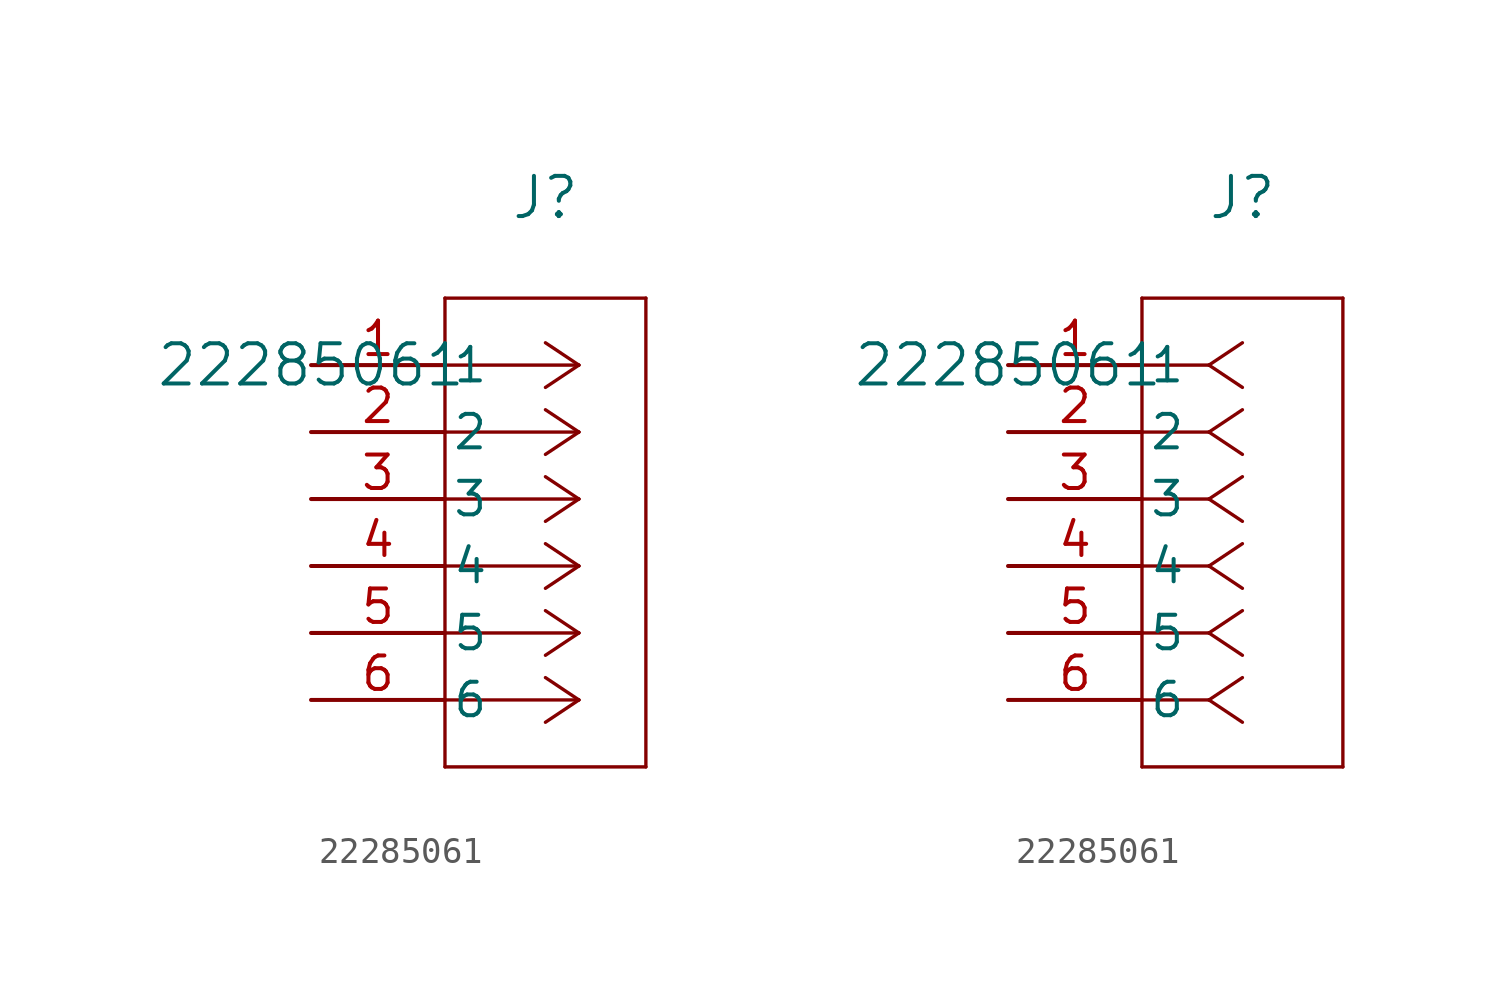
<source format=kicad_sym>
(kicad_symbol_lib
  (version 20211014)
  (generator kicad_symbol_editor)
  (symbol "22285061"
    (pin_names
      (offset 0.254))
    (property "Reference" "J"
      (at 8.89 6.35 0)
      (effects (font (size 1.524 1.524))))
    (property "Value" "22285061"
      (at 0 0 0)
      (effects (font (size 1.524 1.524))))
    (symbol "22285061_1_1"
      (polyline (pts (xy 10.16 0) (xy 5.08 0)) (stroke (width 0.127) (type default) (color 0 0 0 0)) (fill (type none)))
      (polyline (pts (xy 10.16 -2.54) (xy 5.08 -2.54)) (stroke (width 0.127) (type default) (color 0 0 0 0)) (fill (type none)))
      (polyline (pts (xy 10.16 -5.08) (xy 5.08 -5.08)) (stroke (width 0.127) (type default) (color 0 0 0 0)) (fill (type none)))
      (polyline (pts (xy 10.16 -7.62) (xy 5.08 -7.62)) (stroke (width 0.127) (type default) (color 0 0 0 0)) (fill (type none)))
      (polyline (pts (xy 10.16 -10.16) (xy 5.08 -10.16)) (stroke (width 0.127) (type default) (color 0 0 0 0)) (fill (type none)))
      (polyline (pts (xy 10.16 -12.7) (xy 5.08 -12.7)) (stroke (width 0.127) (type default) (color 0 0 0 0)) (fill (type none)))
      (polyline (pts (xy 10.16 0) (xy 8.89 0.847)) (stroke (width 0.127) (type default) (color 0 0 0 0)) (fill (type none)))
      (polyline (pts (xy 10.16 -2.54) (xy 8.89 -1.693)) (stroke (width 0.127) (type default) (color 0 0 0 0)) (fill (type none)))
      (polyline (pts (xy 10.16 -5.08) (xy 8.89 -4.233)) (stroke (width 0.127) (type default) (color 0 0 0 0)) (fill (type none)))
      (polyline (pts (xy 10.16 -7.62) (xy 8.89 -6.773)) (stroke (width 0.127) (type default) (color 0 0 0 0)) (fill (type none)))
      (polyline (pts (xy 10.16 -10.16) (xy 8.89 -9.313)) (stroke (width 0.127) (type default) (color 0 0 0 0)) (fill (type none)))
      (polyline (pts (xy 10.16 -12.7) (xy 8.89 -11.853)) (stroke (width 0.127) (type default) (color 0 0 0 0)) (fill (type none)))
      (polyline (pts (xy 10.16 0) (xy 8.89 -0.847)) (stroke (width 0.127) (type default) (color 0 0 0 0)) (fill (type none)))
      (polyline (pts (xy 10.16 -2.54) (xy 8.89 -3.387)) (stroke (width 0.127) (type default) (color 0 0 0 0)) (fill (type none)))
      (polyline (pts (xy 10.16 -5.08) (xy 8.89 -5.927)) (stroke (width 0.127) (type default) (color 0 0 0 0)) (fill (type none)))
      (polyline (pts (xy 10.16 -7.62) (xy 8.89 -8.467)) (stroke (width 0.127) (type default) (color 0 0 0 0)) (fill (type none)))
      (polyline (pts (xy 10.16 -10.16) (xy 8.89 -11.007)) (stroke (width 0.127) (type default) (color 0 0 0 0)) (fill (type none)))
      (polyline (pts (xy 10.16 -12.7) (xy 8.89 -13.547)) (stroke (width 0.127) (type default) (color 0 0 0 0)) (fill (type none)))
      (polyline (pts (xy 5.08 2.54) (xy 5.08 -15.24)) (stroke (width 0.127) (type default) (color 0 0 0 0)) (fill (type none)))
      (polyline (pts (xy 5.08 -15.24) (xy 12.7 -15.24)) (stroke (width 0.127) (type default) (color 0 0 0 0)) (fill (type none)))
      (polyline (pts (xy 12.7 -15.24) (xy 12.7 2.54)) (stroke (width 0.127) (type default) (color 0 0 0 0)) (fill (type none)))
      (polyline (pts (xy 12.7 2.54) (xy 5.08 2.54)) (stroke (width 0.127) (type default) (color 0 0 0 0)) (fill (type none)))
      (pin unspecified line (at 0 0 0) (length 5.08) (name "1" (effects (font (size 1.27 1.27)))) (number "1" (effects (font (size 1.27 1.27)))))
      (pin unspecified line (at 0 -2.54 0) (length 5.08) (name "2" (effects (font (size 1.27 1.27)))) (number "2" (effects (font (size 1.27 1.27)))))
      (pin unspecified line (at 0 -5.08 0) (length 5.08) (name "3" (effects (font (size 1.27 1.27)))) (number "3" (effects (font (size 1.27 1.27)))))
      (pin unspecified line (at 0 -7.62 0) (length 5.08) (name "4" (effects (font (size 1.27 1.27)))) (number "4" (effects (font (size 1.27 1.27)))))
      (pin unspecified line (at 0 -10.16 0) (length 5.08) (name "5" (effects (font (size 1.27 1.27)))) (number "5" (effects (font (size 1.27 1.27)))))
      (pin unspecified line (at 0 -12.7 0) (length 5.08) (name "6" (effects (font (size 1.27 1.27)))) (number "6" (effects (font (size 1.27 1.27))))))
    (symbol "22285061_1_2"
      (polyline (pts (xy 7.62 0) (xy 5.08 0)) (stroke (width 0.127) (type default) (color 0 0 0 0)) (fill (type none)))
      (polyline (pts (xy 7.62 -2.54) (xy 5.08 -2.54)) (stroke (width 0.127) (type default) (color 0 0 0 0)) (fill (type none)))
      (polyline (pts (xy 7.62 -5.08) (xy 5.08 -5.08)) (stroke (width 0.127) (type default) (color 0 0 0 0)) (fill (type none)))
      (polyline (pts (xy 7.62 -7.62) (xy 5.08 -7.62)) (stroke (width 0.127) (type default) (color 0 0 0 0)) (fill (type none)))
      (polyline (pts (xy 7.62 -10.16) (xy 5.08 -10.16)) (stroke (width 0.127) (type default) (color 0 0 0 0)) (fill (type none)))
      (polyline (pts (xy 7.62 -12.7) (xy 5.08 -12.7)) (stroke (width 0.127) (type default) (color 0 0 0 0)) (fill (type none)))
      (polyline (pts (xy 7.62 0) (xy 8.89 0.847)) (stroke (width 0.127) (type default) (color 0 0 0 0)) (fill (type none)))
      (polyline (pts (xy 7.62 -2.54) (xy 8.89 -1.693)) (stroke (width 0.127) (type default) (color 0 0 0 0)) (fill (type none)))
      (polyline (pts (xy 7.62 -5.08) (xy 8.89 -4.233)) (stroke (width 0.127) (type default) (color 0 0 0 0)) (fill (type none)))
      (polyline (pts (xy 7.62 -7.62) (xy 8.89 -6.773)) (stroke (width 0.127) (type default) (color 0 0 0 0)) (fill (type none)))
      (polyline (pts (xy 7.62 -10.16) (xy 8.89 -9.313)) (stroke (width 0.127) (type default) (color 0 0 0 0)) (fill (type none)))
      (polyline (pts (xy 7.62 -12.7) (xy 8.89 -11.853)) (stroke (width 0.127) (type default) (color 0 0 0 0)) (fill (type none)))
      (polyline (pts (xy 7.62 0) (xy 8.89 -0.847)) (stroke (width 0.127) (type default) (color 0 0 0 0)) (fill (type none)))
      (polyline (pts (xy 7.62 -2.54) (xy 8.89 -3.387)) (stroke (width 0.127) (type default) (color 0 0 0 0)) (fill (type none)))
      (polyline (pts (xy 7.62 -5.08) (xy 8.89 -5.927)) (stroke (width 0.127) (type default) (color 0 0 0 0)) (fill (type none)))
      (polyline (pts (xy 7.62 -7.62) (xy 8.89 -8.467)) (stroke (width 0.127) (type default) (color 0 0 0 0)) (fill (type none)))
      (polyline (pts (xy 7.62 -10.16) (xy 8.89 -11.007)) (stroke (width 0.127) (type default) (color 0 0 0 0)) (fill (type none)))
      (polyline (pts (xy 7.62 -12.7) (xy 8.89 -13.547)) (stroke (width 0.127) (type default) (color 0 0 0 0)) (fill (type none)))
      (polyline (pts (xy 5.08 2.54) (xy 5.08 -15.24)) (stroke (width 0.127) (type default) (color 0 0 0 0)) (fill (type none)))
      (polyline (pts (xy 5.08 -15.24) (xy 12.7 -15.24)) (stroke (width 0.127) (type default) (color 0 0 0 0)) (fill (type none)))
      (polyline (pts (xy 12.7 -15.24) (xy 12.7 2.54)) (stroke (width 0.127) (type default) (color 0 0 0 0)) (fill (type none)))
      (polyline (pts (xy 12.7 2.54) (xy 5.08 2.54)) (stroke (width 0.127) (type default) (color 0 0 0 0)) (fill (type none)))
      (pin unspecified line (at 0 0 0) (length 5.08) (name "1" (effects (font (size 1.27 1.27)))) (number "1" (effects (font (size 1.27 1.27)))))
      (pin unspecified line (at 0 -2.54 0) (length 5.08) (name "2" (effects (font (size 1.27 1.27)))) (number "2" (effects (font (size 1.27 1.27)))))
      (pin unspecified line (at 0 -5.08 0) (length 5.08) (name "3" (effects (font (size 1.27 1.27)))) (number "3" (effects (font (size 1.27 1.27)))))
      (pin unspecified line (at 0 -7.62 0) (length 5.08) (name "4" (effects (font (size 1.27 1.27)))) (number "4" (effects (font (size 1.27 1.27)))))
      (pin unspecified line (at 0 -10.16 0) (length 5.08) (name "5" (effects (font (size 1.27 1.27)))) (number "5" (effects (font (size 1.27 1.27)))))
      (pin unspecified line (at 0 -12.7 0) (length 5.08) (name "6" (effects (font (size 1.27 1.27)))) (number "6" (effects (font (size 1.27 1.27))))))))
</source>
